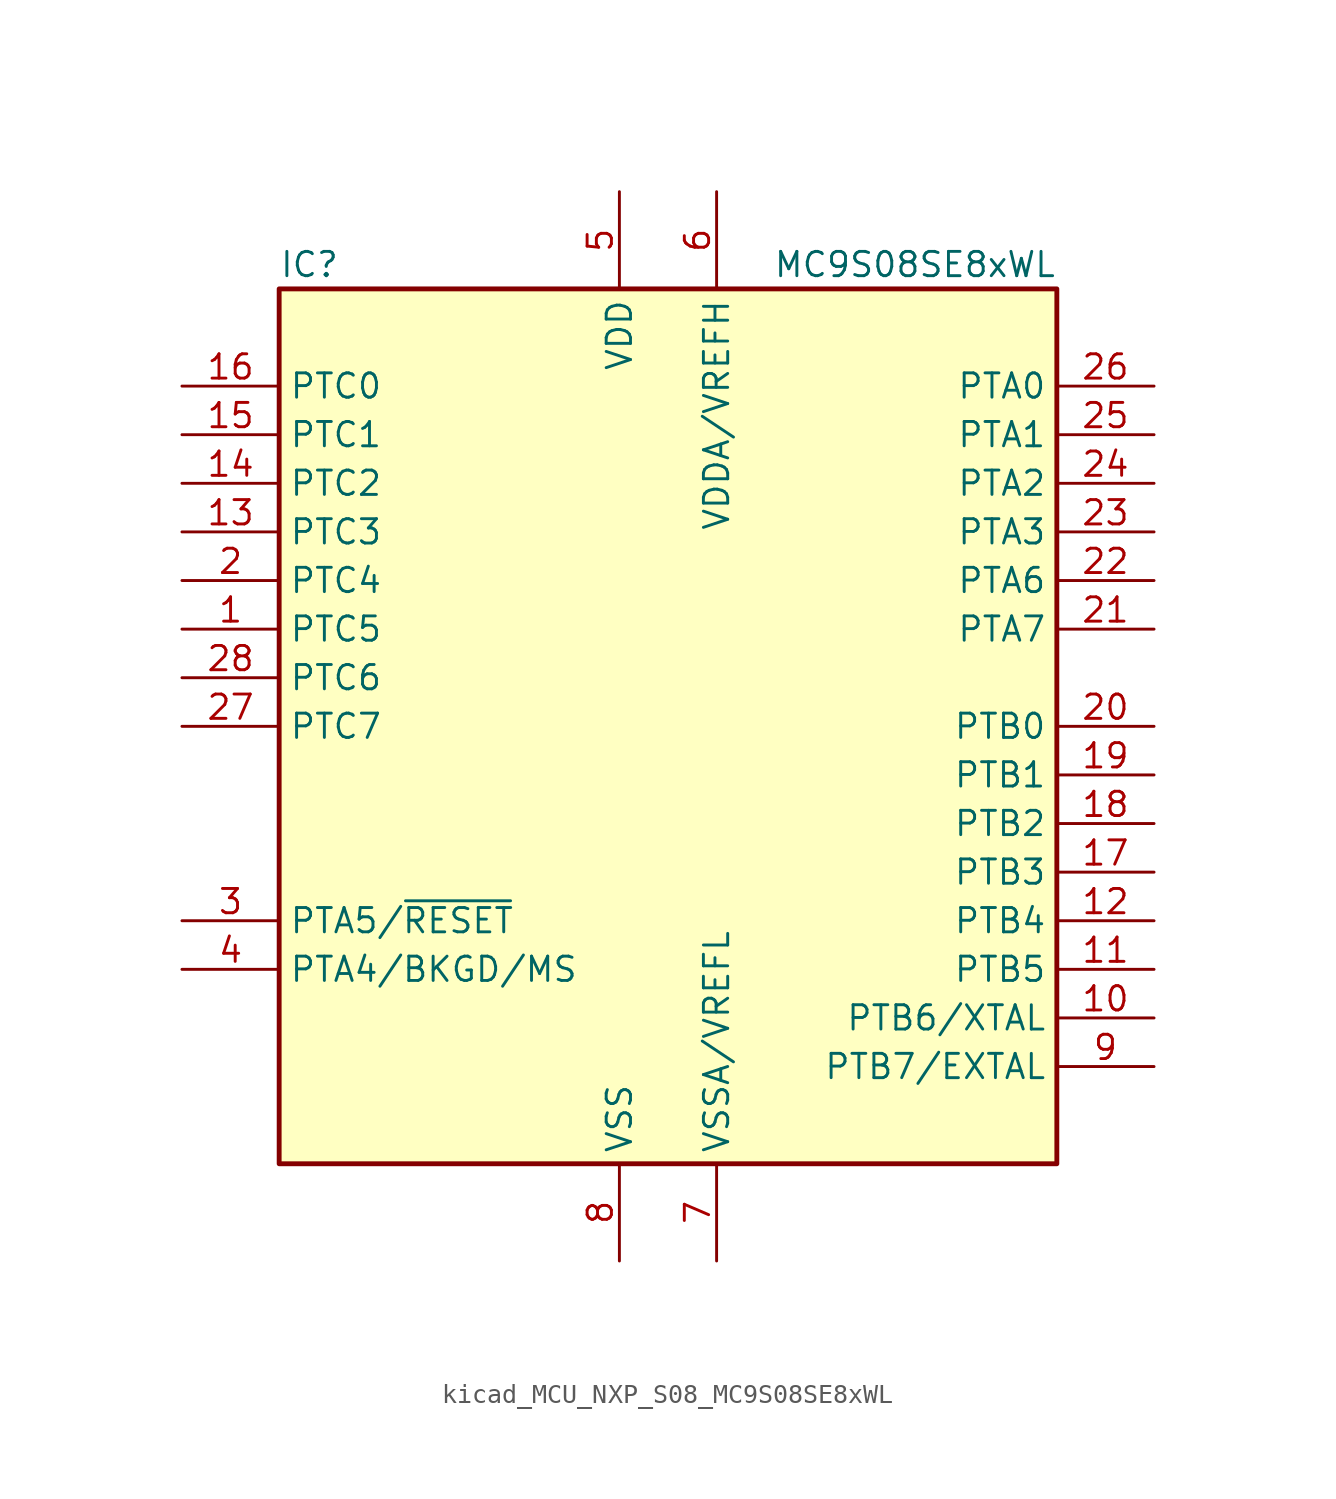
<source format=kicad_sym>
(kicad_symbol_lib
  (version 20220914)
  (generator kicad_symbol_editor)
  (symbol "kicad_MCU_NXP_S08_MC9S08SE8xWL"
    (property "Reference" "IC"
      (at -20.32 24.13 0)
      (effects (font (size 1.27 1.27)) (justify left)))
    (property "Value" "MC9S08SE8xWL"
      (at 20.32 24.13 0)
      (effects (font (size 1.27 1.27)) (justify right)))
    (symbol "kicad_MCU_NXP_S08_MC9S08SE8xWL_0_1"
      (rectangle (start -20.32 22.86) (end 20.32 -22.86) (stroke (width 0.254) (type default)) (fill (type background))))
    (symbol "kicad_MCU_NXP_S08_MC9S08SE8xWL_1_1"
      (pin bidirectional line (at -25.4 5.08 0) (length 5.08) (name "PTC5" (effects (font (size 1.27 1.27)))) (number "1" (effects (font (size 1.27 1.27)))))
      (pin bidirectional line (at 25.4 -15.24 180) (length 5.08) (name "PTB6/XTAL" (effects (font (size 1.27 1.27)))) (number "10" (effects (font (size 1.27 1.27)))))
      (pin bidirectional line (at 25.4 -12.7 180) (length 5.08) (name "PTB5" (effects (font (size 1.27 1.27)))) (number "11" (effects (font (size 1.27 1.27)))))
      (pin bidirectional line (at 25.4 -10.16 180) (length 5.08) (name "PTB4" (effects (font (size 1.27 1.27)))) (number "12" (effects (font (size 1.27 1.27)))))
      (pin bidirectional line (at -25.4 10.16 0) (length 5.08) (name "PTC3" (effects (font (size 1.27 1.27)))) (number "13" (effects (font (size 1.27 1.27)))))
      (pin bidirectional line (at -25.4 12.7 0) (length 5.08) (name "PTC2" (effects (font (size 1.27 1.27)))) (number "14" (effects (font (size 1.27 1.27)))))
      (pin bidirectional line (at -25.4 15.24 0) (length 5.08) (name "PTC1" (effects (font (size 1.27 1.27)))) (number "15" (effects (font (size 1.27 1.27)))))
      (pin bidirectional line (at -25.4 17.78 0) (length 5.08) (name "PTC0" (effects (font (size 1.27 1.27)))) (number "16" (effects (font (size 1.27 1.27)))))
      (pin bidirectional line (at 25.4 -7.62 180) (length 5.08) (name "PTB3" (effects (font (size 1.27 1.27)))) (number "17" (effects (font (size 1.27 1.27)))))
      (pin bidirectional line (at 25.4 -5.08 180) (length 5.08) (name "PTB2" (effects (font (size 1.27 1.27)))) (number "18" (effects (font (size 1.27 1.27)))))
      (pin bidirectional line (at 25.4 -2.54 180) (length 5.08) (name "PTB1" (effects (font (size 1.27 1.27)))) (number "19" (effects (font (size 1.27 1.27)))))
      (pin bidirectional line (at -25.4 7.62 0) (length 5.08) (name "PTC4" (effects (font (size 1.27 1.27)))) (number "2" (effects (font (size 1.27 1.27)))))
      (pin bidirectional line (at 25.4 0 180) (length 5.08) (name "PTB0" (effects (font (size 1.27 1.27)))) (number "20" (effects (font (size 1.27 1.27)))))
      (pin bidirectional line (at 25.4 5.08 180) (length 5.08) (name "PTA7" (effects (font (size 1.27 1.27)))) (number "21" (effects (font (size 1.27 1.27)))))
      (pin bidirectional line (at 25.4 7.62 180) (length 5.08) (name "PTA6" (effects (font (size 1.27 1.27)))) (number "22" (effects (font (size 1.27 1.27)))))
      (pin bidirectional line (at 25.4 10.16 180) (length 5.08) (name "PTA3" (effects (font (size 1.27 1.27)))) (number "23" (effects (font (size 1.27 1.27)))))
      (pin bidirectional line (at 25.4 12.7 180) (length 5.08) (name "PTA2" (effects (font (size 1.27 1.27)))) (number "24" (effects (font (size 1.27 1.27)))))
      (pin bidirectional line (at 25.4 15.24 180) (length 5.08) (name "PTA1" (effects (font (size 1.27 1.27)))) (number "25" (effects (font (size 1.27 1.27)))))
      (pin bidirectional line (at 25.4 17.78 180) (length 5.08) (name "PTA0" (effects (font (size 1.27 1.27)))) (number "26" (effects (font (size 1.27 1.27)))))
      (pin bidirectional line (at -25.4 0 0) (length 5.08) (name "PTC7" (effects (font (size 1.27 1.27)))) (number "27" (effects (font (size 1.27 1.27)))))
      (pin bidirectional line (at -25.4 2.54 0) (length 5.08) (name "PTC6" (effects (font (size 1.27 1.27)))) (number "28" (effects (font (size 1.27 1.27)))))
      (pin bidirectional line (at -25.4 -10.16 0) (length 5.08) (name "PTA5/~{RESET}" (effects (font (size 1.27 1.27)))) (number "3" (effects (font (size 1.27 1.27)))))
      (pin bidirectional line (at -25.4 -12.7 0) (length 5.08) (name "PTA4/BKGD/MS" (effects (font (size 1.27 1.27)))) (number "4" (effects (font (size 1.27 1.27)))))
      (pin power_in line (at -2.54 27.94 270) (length 5.08) (name "VDD" (effects (font (size 1.27 1.27)))) (number "5" (effects (font (size 1.27 1.27)))))
      (pin power_in line (at 2.54 27.94 270) (length 5.08) (name "VDDA/VREFH" (effects (font (size 1.27 1.27)))) (number "6" (effects (font (size 1.27 1.27)))))
      (pin power_in line (at 2.54 -27.94 90) (length 5.08) (name "VSSA/VREFL" (effects (font (size 1.27 1.27)))) (number "7" (effects (font (size 1.27 1.27)))))
      (pin power_in line (at -2.54 -27.94 90) (length 5.08) (name "VSS" (effects (font (size 1.27 1.27)))) (number "8" (effects (font (size 1.27 1.27)))))
      (pin bidirectional line (at 25.4 -17.78 180) (length 5.08) (name "PTB7/EXTAL" (effects (font (size 1.27 1.27)))) (number "9" (effects (font (size 1.27 1.27))))))))
</source>
